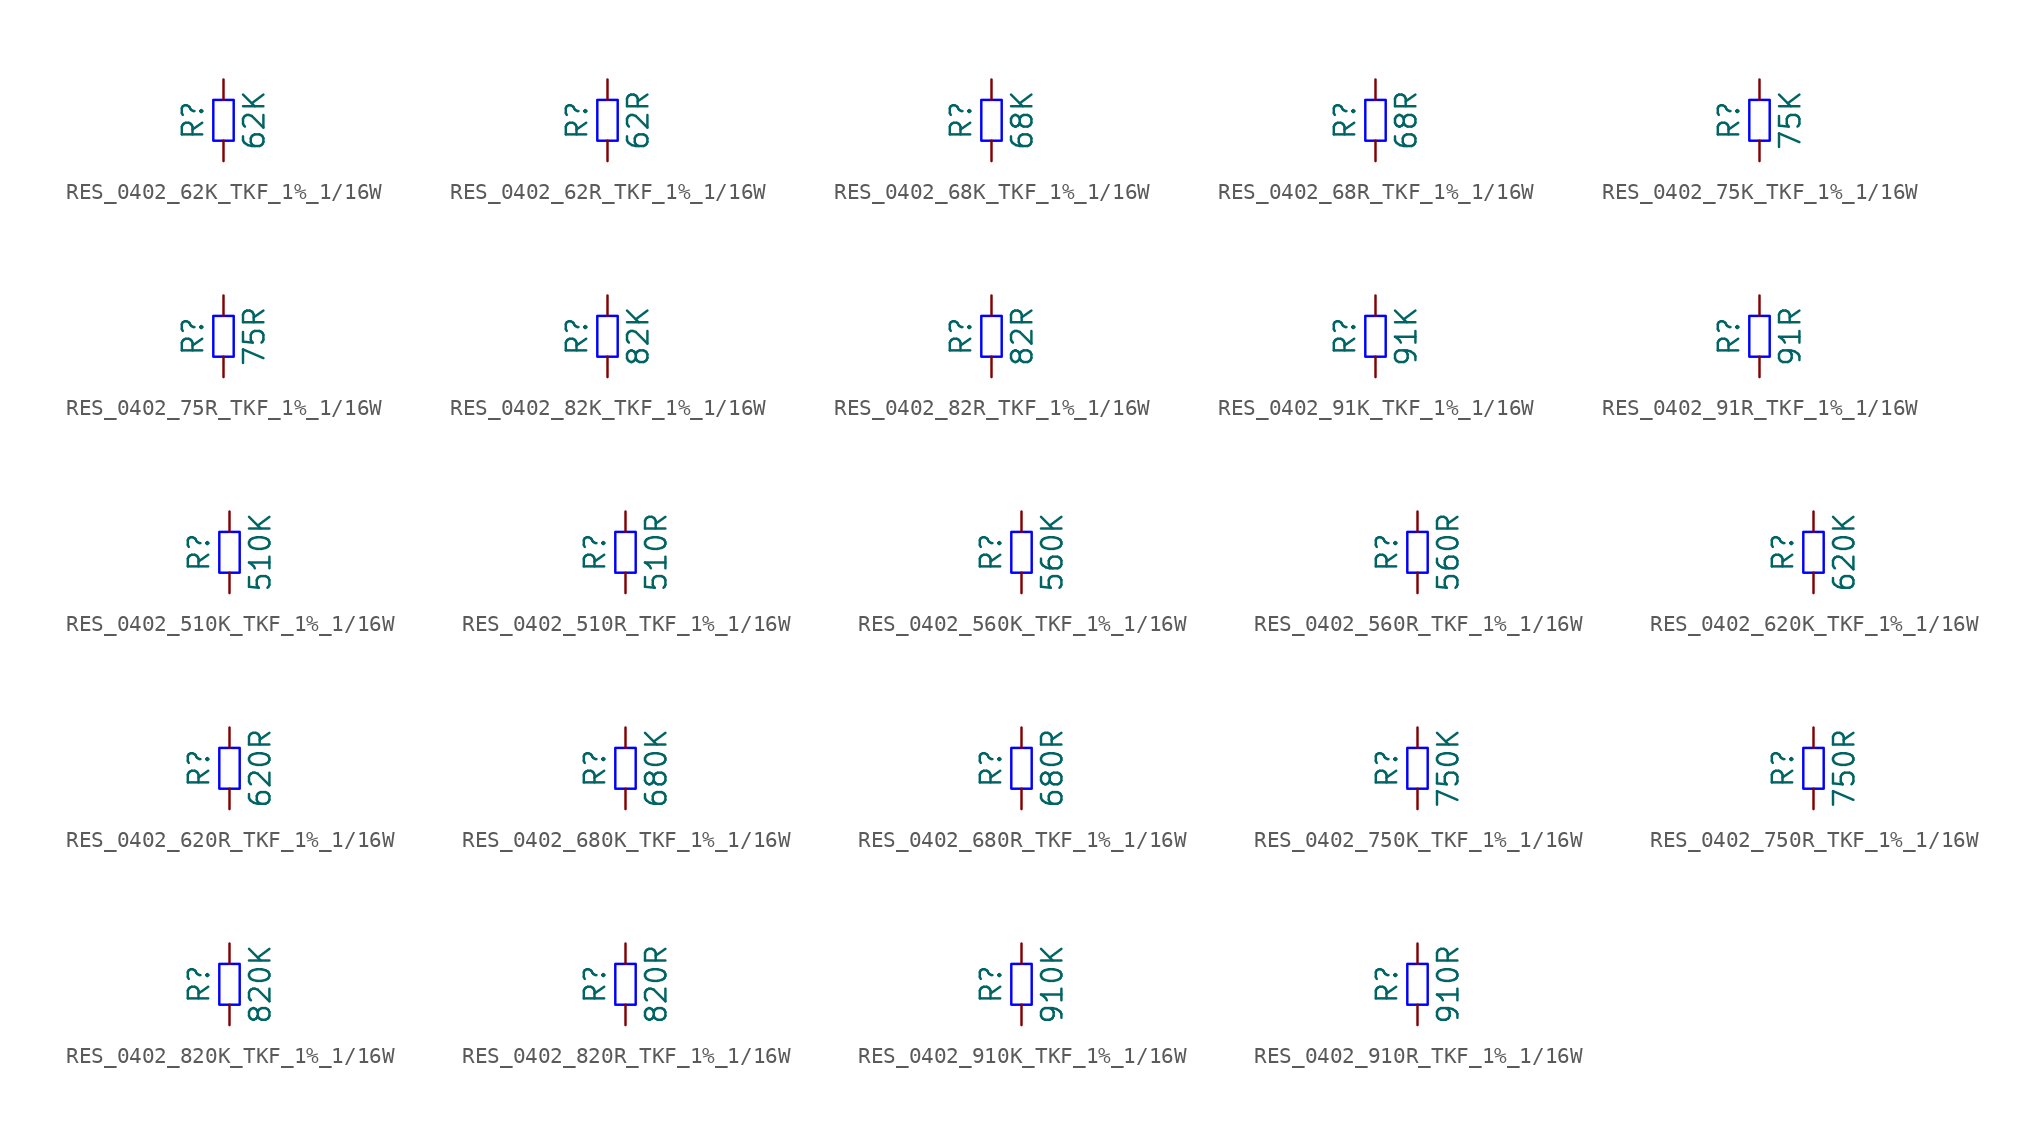
<source format=kicad_sym>
(kicad_symbol_lib
  (version 20220914)
  (generator kicad_symbol_editor)
  (symbol "RES_0402_62K_TKF_1%_1/16W"
    (pin_numbers hide)
    (pin_names
      (offset 0) hide)
    (property "Reference" "R"
      (at -1.905 0 90)
      (do_not_autoplace)
      (effects (font (size 1.27 1.27))))
    (property "Value" "62K"
      (at 1.905 0 90)
      (do_not_autoplace)
      (effects (font (size 1.27 1.27))))
    (symbol "RES_0402_62K_TKF_1%_1/16W_1_1"
      (rectangle (start -0.635 -1.27) (end 0.635 1.27) (stroke (width 0) (type solid) (color 0 0 255 1)) (fill (type none)))
      (pin passive line (at 0 -2.54 90) (length 1.27) (name "~" (effects (font (size 1.27 1.27)))) (number "1" (effects (font (size 1.27 1.27)))))
      (pin passive line (at 0 2.54 270) (length 1.27) (name "~" (effects (font (size 1.27 1.27)))) (number "2" (effects (font (size 1.27 1.27)))))))
  (symbol "RES_0402_62R_TKF_1%_1/16W"
    (pin_numbers hide)
    (pin_names
      (offset 0) hide)
    (property "Reference" "R"
      (at -1.905 0 90)
      (do_not_autoplace)
      (effects (font (size 1.27 1.27))))
    (property "Value" "62R"
      (at 1.905 0 90)
      (do_not_autoplace)
      (effects (font (size 1.27 1.27))))
    (symbol "RES_0402_62R_TKF_1%_1/16W_1_1"
      (rectangle (start -0.635 -1.27) (end 0.635 1.27) (stroke (width 0) (type solid) (color 0 0 255 1)) (fill (type none)))
      (pin passive line (at 0 -2.54 90) (length 1.27) (name "~" (effects (font (size 1.27 1.27)))) (number "1" (effects (font (size 1.27 1.27)))))
      (pin passive line (at 0 2.54 270) (length 1.27) (name "~" (effects (font (size 1.27 1.27)))) (number "2" (effects (font (size 1.27 1.27)))))))
  (symbol "RES_0402_68K_TKF_1%_1/16W"
    (pin_numbers hide)
    (pin_names
      (offset 0) hide)
    (property "Reference" "R"
      (at -1.905 0 90)
      (do_not_autoplace)
      (effects (font (size 1.27 1.27))))
    (property "Value" "68K"
      (at 1.905 0 90)
      (do_not_autoplace)
      (effects (font (size 1.27 1.27))))
    (symbol "RES_0402_68K_TKF_1%_1/16W_1_1"
      (rectangle (start -0.635 -1.27) (end 0.635 1.27) (stroke (width 0) (type solid) (color 0 0 255 1)) (fill (type none)))
      (pin passive line (at 0 -2.54 90) (length 1.27) (name "~" (effects (font (size 1.27 1.27)))) (number "1" (effects (font (size 1.27 1.27)))))
      (pin passive line (at 0 2.54 270) (length 1.27) (name "~" (effects (font (size 1.27 1.27)))) (number "2" (effects (font (size 1.27 1.27)))))))
  (symbol "RES_0402_68R_TKF_1%_1/16W"
    (pin_numbers hide)
    (pin_names
      (offset 0) hide)
    (property "Reference" "R"
      (at -1.905 0 90)
      (do_not_autoplace)
      (effects (font (size 1.27 1.27))))
    (property "Value" "68R"
      (at 1.905 0 90)
      (do_not_autoplace)
      (effects (font (size 1.27 1.27))))
    (symbol "RES_0402_68R_TKF_1%_1/16W_1_1"
      (rectangle (start -0.635 -1.27) (end 0.635 1.27) (stroke (width 0) (type solid) (color 0 0 255 1)) (fill (type none)))
      (pin passive line (at 0 -2.54 90) (length 1.27) (name "~" (effects (font (size 1.27 1.27)))) (number "1" (effects (font (size 1.27 1.27)))))
      (pin passive line (at 0 2.54 270) (length 1.27) (name "~" (effects (font (size 1.27 1.27)))) (number "2" (effects (font (size 1.27 1.27)))))))
  (symbol "RES_0402_75K_TKF_1%_1/16W"
    (pin_numbers hide)
    (pin_names
      (offset 0) hide)
    (property "Reference" "R"
      (at -1.905 0 90)
      (do_not_autoplace)
      (effects (font (size 1.27 1.27))))
    (property "Value" "75K"
      (at 1.905 0 90)
      (do_not_autoplace)
      (effects (font (size 1.27 1.27))))
    (symbol "RES_0402_75K_TKF_1%_1/16W_1_1"
      (rectangle (start -0.635 -1.27) (end 0.635 1.27) (stroke (width 0) (type solid) (color 0 0 255 1)) (fill (type none)))
      (pin passive line (at 0 -2.54 90) (length 1.27) (name "~" (effects (font (size 1.27 1.27)))) (number "1" (effects (font (size 1.27 1.27)))))
      (pin passive line (at 0 2.54 270) (length 1.27) (name "~" (effects (font (size 1.27 1.27)))) (number "2" (effects (font (size 1.27 1.27)))))))
  (symbol "RES_0402_75R_TKF_1%_1/16W"
    (pin_numbers hide)
    (pin_names
      (offset 0) hide)
    (property "Reference" "R"
      (at -1.905 0 90)
      (do_not_autoplace)
      (effects (font (size 1.27 1.27))))
    (property "Value" "75R"
      (at 1.905 0 90)
      (do_not_autoplace)
      (effects (font (size 1.27 1.27))))
    (symbol "RES_0402_75R_TKF_1%_1/16W_1_1"
      (rectangle (start -0.635 -1.27) (end 0.635 1.27) (stroke (width 0) (type solid) (color 0 0 255 1)) (fill (type none)))
      (pin passive line (at 0 -2.54 90) (length 1.27) (name "~" (effects (font (size 1.27 1.27)))) (number "1" (effects (font (size 1.27 1.27)))))
      (pin passive line (at 0 2.54 270) (length 1.27) (name "~" (effects (font (size 1.27 1.27)))) (number "2" (effects (font (size 1.27 1.27)))))))
  (symbol "RES_0402_82K_TKF_1%_1/16W"
    (pin_numbers hide)
    (pin_names
      (offset 0) hide)
    (property "Reference" "R"
      (at -1.905 0 90)
      (do_not_autoplace)
      (effects (font (size 1.27 1.27))))
    (property "Value" "82K"
      (at 1.905 0 90)
      (do_not_autoplace)
      (effects (font (size 1.27 1.27))))
    (symbol "RES_0402_82K_TKF_1%_1/16W_1_1"
      (rectangle (start -0.635 -1.27) (end 0.635 1.27) (stroke (width 0) (type solid) (color 0 0 255 1)) (fill (type none)))
      (pin passive line (at 0 -2.54 90) (length 1.27) (name "~" (effects (font (size 1.27 1.27)))) (number "1" (effects (font (size 1.27 1.27)))))
      (pin passive line (at 0 2.54 270) (length 1.27) (name "~" (effects (font (size 1.27 1.27)))) (number "2" (effects (font (size 1.27 1.27)))))))
  (symbol "RES_0402_82R_TKF_1%_1/16W"
    (pin_numbers hide)
    (pin_names
      (offset 0) hide)
    (property "Reference" "R"
      (at -1.905 0 90)
      (do_not_autoplace)
      (effects (font (size 1.27 1.27))))
    (property "Value" "82R"
      (at 1.905 0 90)
      (do_not_autoplace)
      (effects (font (size 1.27 1.27))))
    (symbol "RES_0402_82R_TKF_1%_1/16W_1_1"
      (rectangle (start -0.635 -1.27) (end 0.635 1.27) (stroke (width 0) (type solid) (color 0 0 255 1)) (fill (type none)))
      (pin passive line (at 0 -2.54 90) (length 1.27) (name "~" (effects (font (size 1.27 1.27)))) (number "1" (effects (font (size 1.27 1.27)))))
      (pin passive line (at 0 2.54 270) (length 1.27) (name "~" (effects (font (size 1.27 1.27)))) (number "2" (effects (font (size 1.27 1.27)))))))
  (symbol "RES_0402_91K_TKF_1%_1/16W"
    (pin_numbers hide)
    (pin_names
      (offset 0) hide)
    (property "Reference" "R"
      (at -1.905 0 90)
      (do_not_autoplace)
      (effects (font (size 1.27 1.27))))
    (property "Value" "91K"
      (at 1.905 0 90)
      (do_not_autoplace)
      (effects (font (size 1.27 1.27))))
    (symbol "RES_0402_91K_TKF_1%_1/16W_1_1"
      (rectangle (start -0.635 -1.27) (end 0.635 1.27) (stroke (width 0) (type solid) (color 0 0 255 1)) (fill (type none)))
      (pin passive line (at 0 -2.54 90) (length 1.27) (name "~" (effects (font (size 1.27 1.27)))) (number "1" (effects (font (size 1.27 1.27)))))
      (pin passive line (at 0 2.54 270) (length 1.27) (name "~" (effects (font (size 1.27 1.27)))) (number "2" (effects (font (size 1.27 1.27)))))))
  (symbol "RES_0402_91R_TKF_1%_1/16W"
    (pin_numbers hide)
    (pin_names
      (offset 0) hide)
    (property "Reference" "R"
      (at -1.905 0 90)
      (do_not_autoplace)
      (effects (font (size 1.27 1.27))))
    (property "Value" "91R"
      (at 1.905 0 90)
      (do_not_autoplace)
      (effects (font (size 1.27 1.27))))
    (symbol "RES_0402_91R_TKF_1%_1/16W_1_1"
      (rectangle (start -0.635 -1.27) (end 0.635 1.27) (stroke (width 0) (type solid) (color 0 0 255 1)) (fill (type none)))
      (pin passive line (at 0 -2.54 90) (length 1.27) (name "~" (effects (font (size 1.27 1.27)))) (number "1" (effects (font (size 1.27 1.27)))))
      (pin passive line (at 0 2.54 270) (length 1.27) (name "~" (effects (font (size 1.27 1.27)))) (number "2" (effects (font (size 1.27 1.27)))))))
  (symbol "RES_0402_510K_TKF_1%_1/16W"
    (pin_numbers hide)
    (pin_names
      (offset 0) hide)
    (property "Reference" "R"
      (at -1.905 0 90)
      (do_not_autoplace)
      (effects (font (size 1.27 1.27))))
    (property "Value" "510K"
      (at 1.905 0 90)
      (do_not_autoplace)
      (effects (font (size 1.27 1.27))))
    (symbol "RES_0402_510K_TKF_1%_1/16W_1_1"
      (rectangle (start -0.635 -1.27) (end 0.635 1.27) (stroke (width 0) (type solid) (color 0 0 255 1)) (fill (type none)))
      (pin passive line (at 0 -2.54 90) (length 1.27) (name "~" (effects (font (size 1.27 1.27)))) (number "1" (effects (font (size 1.27 1.27)))))
      (pin passive line (at 0 2.54 270) (length 1.27) (name "~" (effects (font (size 1.27 1.27)))) (number "2" (effects (font (size 1.27 1.27)))))))
  (symbol "RES_0402_510R_TKF_1%_1/16W"
    (pin_numbers hide)
    (pin_names
      (offset 0) hide)
    (property "Reference" "R"
      (at -1.905 0 90)
      (do_not_autoplace)
      (effects (font (size 1.27 1.27))))
    (property "Value" "510R"
      (at 1.905 0 90)
      (do_not_autoplace)
      (effects (font (size 1.27 1.27))))
    (symbol "RES_0402_510R_TKF_1%_1/16W_1_1"
      (rectangle (start -0.635 -1.27) (end 0.635 1.27) (stroke (width 0) (type solid) (color 0 0 255 1)) (fill (type none)))
      (pin passive line (at 0 -2.54 90) (length 1.27) (name "~" (effects (font (size 1.27 1.27)))) (number "1" (effects (font (size 1.27 1.27)))))
      (pin passive line (at 0 2.54 270) (length 1.27) (name "~" (effects (font (size 1.27 1.27)))) (number "2" (effects (font (size 1.27 1.27)))))))
  (symbol "RES_0402_560K_TKF_1%_1/16W"
    (pin_numbers hide)
    (pin_names
      (offset 0) hide)
    (property "Reference" "R"
      (at -1.905 0 90)
      (do_not_autoplace)
      (effects (font (size 1.27 1.27))))
    (property "Value" "560K"
      (at 1.905 0 90)
      (do_not_autoplace)
      (effects (font (size 1.27 1.27))))
    (symbol "RES_0402_560K_TKF_1%_1/16W_1_1"
      (rectangle (start -0.635 -1.27) (end 0.635 1.27) (stroke (width 0) (type solid) (color 0 0 255 1)) (fill (type none)))
      (pin passive line (at 0 -2.54 90) (length 1.27) (name "~" (effects (font (size 1.27 1.27)))) (number "1" (effects (font (size 1.27 1.27)))))
      (pin passive line (at 0 2.54 270) (length 1.27) (name "~" (effects (font (size 1.27 1.27)))) (number "2" (effects (font (size 1.27 1.27)))))))
  (symbol "RES_0402_560R_TKF_1%_1/16W"
    (pin_numbers hide)
    (pin_names
      (offset 0) hide)
    (property "Reference" "R"
      (at -1.905 0 90)
      (do_not_autoplace)
      (effects (font (size 1.27 1.27))))
    (property "Value" "560R"
      (at 1.905 0 90)
      (do_not_autoplace)
      (effects (font (size 1.27 1.27))))
    (symbol "RES_0402_560R_TKF_1%_1/16W_1_1"
      (rectangle (start -0.635 -1.27) (end 0.635 1.27) (stroke (width 0) (type solid) (color 0 0 255 1)) (fill (type none)))
      (pin passive line (at 0 -2.54 90) (length 1.27) (name "~" (effects (font (size 1.27 1.27)))) (number "1" (effects (font (size 1.27 1.27)))))
      (pin passive line (at 0 2.54 270) (length 1.27) (name "~" (effects (font (size 1.27 1.27)))) (number "2" (effects (font (size 1.27 1.27)))))))
  (symbol "RES_0402_620K_TKF_1%_1/16W"
    (pin_numbers hide)
    (pin_names
      (offset 0) hide)
    (property "Reference" "R"
      (at -1.905 0 90)
      (do_not_autoplace)
      (effects (font (size 1.27 1.27))))
    (property "Value" "620K"
      (at 1.905 0 90)
      (do_not_autoplace)
      (effects (font (size 1.27 1.27))))
    (symbol "RES_0402_620K_TKF_1%_1/16W_1_1"
      (rectangle (start -0.635 -1.27) (end 0.635 1.27) (stroke (width 0) (type solid) (color 0 0 255 1)) (fill (type none)))
      (pin passive line (at 0 -2.54 90) (length 1.27) (name "~" (effects (font (size 1.27 1.27)))) (number "1" (effects (font (size 1.27 1.27)))))
      (pin passive line (at 0 2.54 270) (length 1.27) (name "~" (effects (font (size 1.27 1.27)))) (number "2" (effects (font (size 1.27 1.27)))))))
  (symbol "RES_0402_620R_TKF_1%_1/16W"
    (pin_numbers hide)
    (pin_names
      (offset 0) hide)
    (property "Reference" "R"
      (at -1.905 0 90)
      (do_not_autoplace)
      (effects (font (size 1.27 1.27))))
    (property "Value" "620R"
      (at 1.905 0 90)
      (do_not_autoplace)
      (effects (font (size 1.27 1.27))))
    (symbol "RES_0402_620R_TKF_1%_1/16W_1_1"
      (rectangle (start -0.635 -1.27) (end 0.635 1.27) (stroke (width 0) (type solid) (color 0 0 255 1)) (fill (type none)))
      (pin passive line (at 0 -2.54 90) (length 1.27) (name "~" (effects (font (size 1.27 1.27)))) (number "1" (effects (font (size 1.27 1.27)))))
      (pin passive line (at 0 2.54 270) (length 1.27) (name "~" (effects (font (size 1.27 1.27)))) (number "2" (effects (font (size 1.27 1.27)))))))
  (symbol "RES_0402_680K_TKF_1%_1/16W"
    (pin_numbers hide)
    (pin_names
      (offset 0) hide)
    (property "Reference" "R"
      (at -1.905 0 90)
      (do_not_autoplace)
      (effects (font (size 1.27 1.27))))
    (property "Value" "680K"
      (at 1.905 0 90)
      (do_not_autoplace)
      (effects (font (size 1.27 1.27))))
    (symbol "RES_0402_680K_TKF_1%_1/16W_1_1"
      (rectangle (start -0.635 -1.27) (end 0.635 1.27) (stroke (width 0) (type solid) (color 0 0 255 1)) (fill (type none)))
      (pin passive line (at 0 -2.54 90) (length 1.27) (name "~" (effects (font (size 1.27 1.27)))) (number "1" (effects (font (size 1.27 1.27)))))
      (pin passive line (at 0 2.54 270) (length 1.27) (name "~" (effects (font (size 1.27 1.27)))) (number "2" (effects (font (size 1.27 1.27)))))))
  (symbol "RES_0402_680R_TKF_1%_1/16W"
    (pin_numbers hide)
    (pin_names
      (offset 0) hide)
    (property "Reference" "R"
      (at -1.905 0 90)
      (do_not_autoplace)
      (effects (font (size 1.27 1.27))))
    (property "Value" "680R"
      (at 1.905 0 90)
      (do_not_autoplace)
      (effects (font (size 1.27 1.27))))
    (symbol "RES_0402_680R_TKF_1%_1/16W_1_1"
      (rectangle (start -0.635 -1.27) (end 0.635 1.27) (stroke (width 0) (type solid) (color 0 0 255 1)) (fill (type none)))
      (pin passive line (at 0 -2.54 90) (length 1.27) (name "~" (effects (font (size 1.27 1.27)))) (number "1" (effects (font (size 1.27 1.27)))))
      (pin passive line (at 0 2.54 270) (length 1.27) (name "~" (effects (font (size 1.27 1.27)))) (number "2" (effects (font (size 1.27 1.27)))))))
  (symbol "RES_0402_750K_TKF_1%_1/16W"
    (pin_numbers hide)
    (pin_names
      (offset 0) hide)
    (property "Reference" "R"
      (at -1.905 0 90)
      (do_not_autoplace)
      (effects (font (size 1.27 1.27))))
    (property "Value" "750K"
      (at 1.905 0 90)
      (do_not_autoplace)
      (effects (font (size 1.27 1.27))))
    (symbol "RES_0402_750K_TKF_1%_1/16W_1_1"
      (rectangle (start -0.635 -1.27) (end 0.635 1.27) (stroke (width 0) (type solid) (color 0 0 255 1)) (fill (type none)))
      (pin passive line (at 0 -2.54 90) (length 1.27) (name "~" (effects (font (size 1.27 1.27)))) (number "1" (effects (font (size 1.27 1.27)))))
      (pin passive line (at 0 2.54 270) (length 1.27) (name "~" (effects (font (size 1.27 1.27)))) (number "2" (effects (font (size 1.27 1.27)))))))
  (symbol "RES_0402_750R_TKF_1%_1/16W"
    (pin_numbers hide)
    (pin_names
      (offset 0) hide)
    (property "Reference" "R"
      (at -1.905 0 90)
      (do_not_autoplace)
      (effects (font (size 1.27 1.27))))
    (property "Value" "750R"
      (at 1.905 0 90)
      (do_not_autoplace)
      (effects (font (size 1.27 1.27))))
    (symbol "RES_0402_750R_TKF_1%_1/16W_1_1"
      (rectangle (start -0.635 -1.27) (end 0.635 1.27) (stroke (width 0) (type solid) (color 0 0 255 1)) (fill (type none)))
      (pin passive line (at 0 -2.54 90) (length 1.27) (name "~" (effects (font (size 1.27 1.27)))) (number "1" (effects (font (size 1.27 1.27)))))
      (pin passive line (at 0 2.54 270) (length 1.27) (name "~" (effects (font (size 1.27 1.27)))) (number "2" (effects (font (size 1.27 1.27)))))))
  (symbol "RES_0402_820K_TKF_1%_1/16W"
    (pin_numbers hide)
    (pin_names
      (offset 0) hide)
    (property "Reference" "R"
      (at -1.905 0 90)
      (do_not_autoplace)
      (effects (font (size 1.27 1.27))))
    (property "Value" "820K"
      (at 1.905 0 90)
      (do_not_autoplace)
      (effects (font (size 1.27 1.27))))
    (symbol "RES_0402_820K_TKF_1%_1/16W_1_1"
      (rectangle (start -0.635 -1.27) (end 0.635 1.27) (stroke (width 0) (type solid) (color 0 0 255 1)) (fill (type none)))
      (pin passive line (at 0 -2.54 90) (length 1.27) (name "~" (effects (font (size 1.27 1.27)))) (number "1" (effects (font (size 1.27 1.27)))))
      (pin passive line (at 0 2.54 270) (length 1.27) (name "~" (effects (font (size 1.27 1.27)))) (number "2" (effects (font (size 1.27 1.27)))))))
  (symbol "RES_0402_820R_TKF_1%_1/16W"
    (pin_numbers hide)
    (pin_names
      (offset 0) hide)
    (property "Reference" "R"
      (at -1.905 0 90)
      (do_not_autoplace)
      (effects (font (size 1.27 1.27))))
    (property "Value" "820R"
      (at 1.905 0 90)
      (do_not_autoplace)
      (effects (font (size 1.27 1.27))))
    (symbol "RES_0402_820R_TKF_1%_1/16W_1_1"
      (rectangle (start -0.635 -1.27) (end 0.635 1.27) (stroke (width 0) (type solid) (color 0 0 255 1)) (fill (type none)))
      (pin passive line (at 0 -2.54 90) (length 1.27) (name "~" (effects (font (size 1.27 1.27)))) (number "1" (effects (font (size 1.27 1.27)))))
      (pin passive line (at 0 2.54 270) (length 1.27) (name "~" (effects (font (size 1.27 1.27)))) (number "2" (effects (font (size 1.27 1.27)))))))
  (symbol "RES_0402_910K_TKF_1%_1/16W"
    (pin_numbers hide)
    (pin_names
      (offset 0) hide)
    (property "Reference" "R"
      (at -1.905 0 90)
      (do_not_autoplace)
      (effects (font (size 1.27 1.27))))
    (property "Value" "910K"
      (at 1.905 0 90)
      (do_not_autoplace)
      (effects (font (size 1.27 1.27))))
    (symbol "RES_0402_910K_TKF_1%_1/16W_1_1"
      (rectangle (start -0.635 -1.27) (end 0.635 1.27) (stroke (width 0) (type solid) (color 0 0 255 1)) (fill (type none)))
      (pin passive line (at 0 -2.54 90) (length 1.27) (name "~" (effects (font (size 1.27 1.27)))) (number "1" (effects (font (size 1.27 1.27)))))
      (pin passive line (at 0 2.54 270) (length 1.27) (name "~" (effects (font (size 1.27 1.27)))) (number "2" (effects (font (size 1.27 1.27)))))))
  (symbol "RES_0402_910R_TKF_1%_1/16W"
    (pin_numbers hide)
    (pin_names
      (offset 0) hide)
    (property "Reference" "R"
      (at -1.905 0 90)
      (do_not_autoplace)
      (effects (font (size 1.27 1.27))))
    (property "Value" "910R"
      (at 1.905 0 90)
      (do_not_autoplace)
      (effects (font (size 1.27 1.27))))
    (symbol "RES_0402_910R_TKF_1%_1/16W_1_1"
      (rectangle (start -0.635 -1.27) (end 0.635 1.27) (stroke (width 0) (type solid) (color 0 0 255 1)) (fill (type none)))
      (pin passive line (at 0 -2.54 90) (length 1.27) (name "~" (effects (font (size 1.27 1.27)))) (number "1" (effects (font (size 1.27 1.27)))))
      (pin passive line (at 0 2.54 270) (length 1.27) (name "~" (effects (font (size 1.27 1.27)))) (number "2" (effects (font (size 1.27 1.27))))))))
</source>
